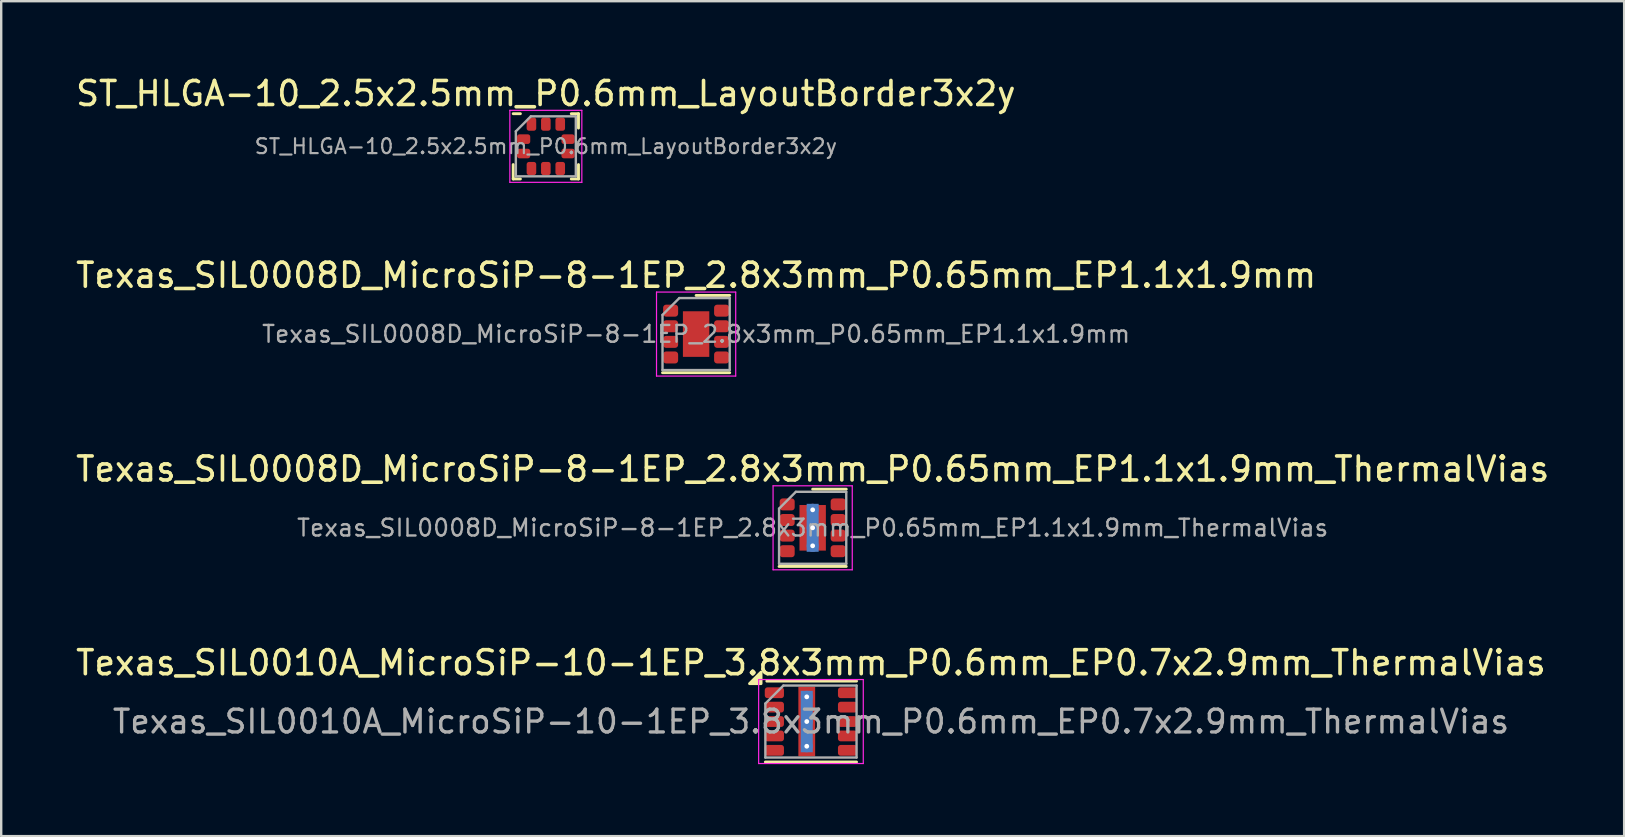
<source format=kicad_pcb>
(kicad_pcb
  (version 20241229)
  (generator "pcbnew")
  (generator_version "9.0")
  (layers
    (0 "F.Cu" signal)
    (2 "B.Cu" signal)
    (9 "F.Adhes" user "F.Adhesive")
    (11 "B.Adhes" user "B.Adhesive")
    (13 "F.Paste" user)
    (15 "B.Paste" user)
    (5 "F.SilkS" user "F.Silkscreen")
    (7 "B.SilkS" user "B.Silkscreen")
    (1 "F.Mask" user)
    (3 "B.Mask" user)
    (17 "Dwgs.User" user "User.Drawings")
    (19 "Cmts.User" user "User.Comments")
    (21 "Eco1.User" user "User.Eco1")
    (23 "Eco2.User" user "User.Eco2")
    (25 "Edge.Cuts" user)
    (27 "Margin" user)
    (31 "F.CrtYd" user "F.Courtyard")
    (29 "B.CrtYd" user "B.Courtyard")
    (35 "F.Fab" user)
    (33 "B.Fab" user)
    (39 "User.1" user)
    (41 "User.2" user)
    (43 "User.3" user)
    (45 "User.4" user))
  (footprint "Texas_SIL0010A_MicroSiP-10-1EP_3.8x3mm_P0.6mm_EP0.7x2.9mm_ThermalVias"
    (layer "F.Cu")
    (at 30.744 27.018)
    (property "Reference" "Texas_SIL0010A_MicroSiP-10-1EP_3.8x3mm_P0.6mm_EP0.7x2.9mm_ThermalVias" (at 0 -2.45 0) (layer "F.SilkS") (effects (font (size 1 1) (thickness 0.15))))
    (attr smd)
    (fp_line (start -1.9 1.685) (end 1.9 1.685) (stroke (width 0.12) (type solid)) (layer "F.SilkS"))
    (fp_line (start -1.84 -1.685) (end 1.9 -1.685) (stroke (width 0.12) (type solid)) (layer "F.SilkS"))
    (fp_poly (pts (xy -2.08 -1.58) (xy -2.56 -1.58) (xy -2.08 -2.06) (xy -2.08 -1.58)) (stroke (width 0.12) (type solid)) (fill yes) (layer "F.SilkS"))
    (fp_line (start -2.18 -1.75) (end -2.18 1.75) (stroke (width 0.05) (type solid)) (layer "F.CrtYd"))
    (fp_line (start -2.18 1.75) (end 2.18 1.75) (stroke (width 0.05) (type solid)) (layer "F.CrtYd"))
    (fp_line (start 2.18 -1.75) (end -2.18 -1.75) (stroke (width 0.05) (type solid)) (layer "F.CrtYd"))
    (fp_line (start 2.18 1.75) (end 2.18 -1.75) (stroke (width 0.05) (type solid)) (layer "F.CrtYd"))
    (fp_line (start -1.9 -0.75) (end -1.15 -1.5) (stroke (width 0.1) (type solid)) (layer "F.Fab"))
    (fp_line (start -1.9 1.5) (end -1.9 -0.75) (stroke (width 0.1) (type solid)) (layer "F.Fab"))
    (fp_line (start -1.15 -1.5) (end 1.9 -1.5) (stroke (width 0.1) (type solid)) (layer "F.Fab"))
    (fp_line (start 1.9 -1.5) (end 1.9 1.5) (stroke (width 0.1) (type solid)) (layer "F.Fab"))
    (fp_line (start 1.9 1.5) (end -1.9 1.5) (stroke (width 0.1) (type solid)) (layer "F.Fab"))
    (fp_text user "${REFERENCE}" (at 0 0 0) (layer "F.Fab") (effects (font (size 0.95 0.95) (thickness 0.14))))
    (pad "" smd roundrect (at -0.175 -0.97) (size 0.65 0.9) (layers "F.Paste") (roundrect_rratio 0.25))
    (pad "" smd roundrect (at -0.175 0) (size 0.65 0.9) (layers "F.Paste") (roundrect_rratio 0.25))
    (pad "" smd roundrect (at -0.175 0.97) (size 0.65 0.9) (layers "F.Paste") (roundrect_rratio 0.25))
    (pad "1" smd roundrect (at -1.525 -1.2) (size 0.8 0.45) (layers "F.Cu" "F.Mask" "F.Paste") (roundrect_rratio 0.25))
    (pad "2" smd roundrect (at -1.525 -0.6) (size 0.8 0.45) (layers "F.Cu" "F.Mask" "F.Paste") (roundrect_rratio 0.25))
    (pad "3" smd roundrect (at -1.525 0) (size 0.8 0.45) (layers "F.Cu" "F.Mask" "F.Paste") (roundrect_rratio 0.25))
    (pad "4" smd roundrect (at -1.525 0.6) (size 0.8 0.45) (layers "F.Cu" "F.Mask" "F.Paste") (roundrect_rratio 0.25))
    (pad "5" smd roundrect (at -1.525 1.2) (size 0.8 0.45) (layers "F.Cu" "F.Mask" "F.Paste") (roundrect_rratio 0.25))
    (pad "6" smd roundrect (at 1.525 1.2) (size 0.8 0.45) (layers "F.Cu" "F.Mask" "F.Paste") (roundrect_rratio 0.25))
    (pad "7" smd roundrect (at 1.525 0.6) (size 0.8 0.45) (layers "F.Cu" "F.Mask" "F.Paste") (roundrect_rratio 0.25))
    (pad "8" smd roundrect (at 1.525 0) (size 0.8 0.45) (layers "F.Cu" "F.Mask" "F.Paste") (roundrect_rratio 0.25))
    (pad "9" smd roundrect (at 1.525 -0.6) (size 0.8 0.45) (layers "F.Cu" "F.Mask" "F.Paste") (roundrect_rratio 0.25))
    (pad "10" smd roundrect (at 1.525 -1.2) (size 0.8 0.45) (layers "F.Cu" "F.Mask" "F.Paste") (roundrect_rratio 0.25))
    (pad "11" thru_hole circle (at -0.175 -1.03) (size 0.5 0.5) (drill 0.2) (property pad_prop_heatsink) (layers "*.Cu"))
    (pad "11" thru_hole circle (at -0.175 0) (size 0.5 0.5) (drill 0.2) (property pad_prop_heatsink) (layers "*.Cu"))
    (pad "11" smd rect (at -0.175 0) (size 0.5 2.56) (property pad_prop_heatsink) (layers "B.Cu"))
    (pad "11" smd rect (at -0.175 0) (size 0.7 2.9) (property pad_prop_heatsink) (layers "F.Cu" "F.Mask"))
    (pad "11" thru_hole circle (at -0.175 1.03) (size 0.5 0.5) (drill 0.2) (property pad_prop_heatsink) (layers "*.Cu")))
  (footprint "ST_HLGA-10_2.5x2.5mm_P0.6mm_LayoutBorder3x2y"
    (layer "F.Cu")
    (at 19.696 3.048)
    (property "Reference" "ST_HLGA-10_2.5x2.5mm_P0.6mm_LayoutBorder3x2y" (at 0 -2.2 0) (layer "F.SilkS") (effects (font (size 1 1) (thickness 0.15))))
    (attr smd)
    (fp_line (start -1.36 1.36) (end -1.36 0.76) (stroke (width 0.12) (type solid)) (layer "F.SilkS"))
    (fp_line (start -1.06 -1.36) (end -1.36 -1.36) (stroke (width 0.12) (type solid)) (layer "F.SilkS"))
    (fp_line (start -1.06 1.36) (end -1.36 1.36) (stroke (width 0.12) (type solid)) (layer "F.SilkS"))
    (fp_line (start 1.06 -1.36) (end 1.36 -1.36) (stroke (width 0.12) (type solid)) (layer "F.SilkS"))
    (fp_line (start 1.06 1.36) (end 1.36 1.36) (stroke (width 0.12) (type solid)) (layer "F.SilkS"))
    (fp_line (start 1.36 -1.36) (end 1.36 -0.76) (stroke (width 0.12) (type solid)) (layer "F.SilkS"))
    (fp_line (start 1.36 1.36) (end 1.36 0.76) (stroke (width 0.12) (type solid)) (layer "F.SilkS"))
    (fp_line (start -1.5 -1.5) (end -1.5 1.5) (stroke (width 0.05) (type solid)) (layer "F.CrtYd"))
    (fp_line (start -1.5 1.5) (end 1.5 1.5) (stroke (width 0.05) (type solid)) (layer "F.CrtYd"))
    (fp_line (start 1.5 -1.5) (end -1.5 -1.5) (stroke (width 0.05) (type solid)) (layer "F.CrtYd"))
    (fp_line (start 1.5 1.5) (end 1.5 -1.5) (stroke (width 0.05) (type solid)) (layer "F.CrtYd"))
    (fp_line (start -1.25 -0.625) (end -0.625 -1.25) (stroke (width 0.1) (type solid)) (layer "F.Fab"))
    (fp_line (start -1.25 1.25) (end -1.25 -0.625) (stroke (width 0.1) (type solid)) (layer "F.Fab"))
    (fp_line (start -0.625 -1.25) (end 1.25 -1.25) (stroke (width 0.1) (type solid)) (layer "F.Fab"))
    (fp_line (start 1.25 -1.25) (end 1.25 1.25) (stroke (width 0.1) (type solid)) (layer "F.Fab"))
    (fp_line (start 1.25 1.25) (end -1.25 1.25) (stroke (width 0.1) (type solid)) (layer "F.Fab"))
    (fp_text user "${REFERENCE}" (at 0 0 0) (layer "F.Fab") (effects (font (size 0.62 0.62) (thickness 0.09))))
    (pad "1" smd roundrect (at -0.925 -0.3) (size 0.55 0.4) (layers "F.Cu" "F.Mask" "F.Paste") (roundrect_rratio 0.25))
    (pad "2" smd roundrect (at -0.925 0.3) (size 0.55 0.4) (layers "F.Cu" "F.Mask" "F.Paste") (roundrect_rratio 0.25))
    (pad "3" smd roundrect (at -0.6 0.925) (size 0.4 0.55) (layers "F.Cu" "F.Mask" "F.Paste") (roundrect_rratio 0.25))
    (pad "4" smd roundrect (at 0 0.925) (size 0.4 0.55) (layers "F.Cu" "F.Mask" "F.Paste") (roundrect_rratio 0.25))
    (pad "5" smd roundrect (at 0.6 0.925) (size 0.4 0.55) (layers "F.Cu" "F.Mask" "F.Paste") (roundrect_rratio 0.25))
    (pad "6" smd roundrect (at 0.925 0.3) (size 0.55 0.4) (layers "F.Cu" "F.Mask" "F.Paste") (roundrect_rratio 0.25))
    (pad "7" smd roundrect (at 0.925 -0.3) (size 0.55 0.4) (layers "F.Cu" "F.Mask" "F.Paste") (roundrect_rratio 0.25))
    (pad "8" smd roundrect (at 0.6 -0.925) (size 0.4 0.55) (layers "F.Cu" "F.Mask" "F.Paste") (roundrect_rratio 0.25))
    (pad "9" smd roundrect (at 0 -0.925) (size 0.4 0.55) (layers "F.Cu" "F.Mask" "F.Paste") (roundrect_rratio 0.25))
    (pad "10" smd roundrect (at -0.6 -0.925) (size 0.4 0.55) (layers "F.Cu" "F.Mask" "F.Paste") (roundrect_rratio 0.25)))
  (footprint "Texas_SIL0008D_MicroSiP-8-1EP_2.8x3mm_P0.65mm_EP1.1x1.9mm"
    (layer "F.Cu")
    (at 25.958 10.871)
    (property "Reference" "Texas_SIL0008D_MicroSiP-8-1EP_2.8x3mm_P0.65mm_EP1.1x1.9mm" (at 0 -2.45 0) (layer "F.SilkS") (effects (font (size 1 1) (thickness 0.15))))
    (attr smd)
    (fp_line (start -1.4 1.61) (end 1.4 1.61) (stroke (width 0.12) (type solid)) (layer "F.SilkS"))
    (fp_line (start 0 -1.61) (end 1.4 -1.61) (stroke (width 0.12) (type solid)) (layer "F.SilkS"))
    (fp_line (start -1.65 -1.75) (end -1.65 1.75) (stroke (width 0.05) (type solid)) (layer "F.CrtYd"))
    (fp_line (start -1.65 1.75) (end 1.65 1.75) (stroke (width 0.05) (type solid)) (layer "F.CrtYd"))
    (fp_line (start 1.65 -1.75) (end -1.65 -1.75) (stroke (width 0.05) (type solid)) (layer "F.CrtYd"))
    (fp_line (start 1.65 1.75) (end 1.65 -1.75) (stroke (width 0.05) (type solid)) (layer "F.CrtYd"))
    (fp_line (start -1.4 -0.8) (end -0.7 -1.5) (stroke (width 0.1) (type solid)) (layer "F.Fab"))
    (fp_line (start -1.4 1.5) (end -1.4 -0.8) (stroke (width 0.1) (type solid)) (layer "F.Fab"))
    (fp_line (start -0.7 -1.5) (end 1.4 -1.5) (stroke (width 0.1) (type solid)) (layer "F.Fab"))
    (fp_line (start 1.4 -1.5) (end 1.4 1.5) (stroke (width 0.1) (type solid)) (layer "F.Fab"))
    (fp_line (start 1.4 1.5) (end -1.4 1.5) (stroke (width 0.1) (type solid)) (layer "F.Fab"))
    (fp_text user "${REFERENCE}" (at 0 0 0) (layer "F.Fab") (effects (font (size 0.7 0.7) (thickness 0.1))))
    (pad "" smd roundrect (at 0 -0.63) (size 0.89 0.51) (layers "F.Paste") (roundrect_rratio 0.25))
    (pad "" smd roundrect (at 0 0) (size 0.89 0.51) (layers "F.Paste") (roundrect_rratio 0.25))
    (pad "" smd roundrect (at 0 0.63) (size 0.89 0.51) (layers "F.Paste") (roundrect_rratio 0.25))
    (pad "1" smd roundrect (at -1.062 -0.975) (size 0.625 0.5) (layers "F.Cu" "F.Mask" "F.Paste") (roundrect_rratio 0.25))
    (pad "2" smd roundrect (at -1.062 -0.325) (size 0.625 0.5) (layers "F.Cu" "F.Mask" "F.Paste") (roundrect_rratio 0.25))
    (pad "3" smd roundrect (at -1.062 0.325) (size 0.625 0.5) (layers "F.Cu" "F.Mask" "F.Paste") (roundrect_rratio 0.25))
    (pad "4" smd roundrect (at -1.062 0.975) (size 0.625 0.5) (layers "F.Cu" "F.Mask" "F.Paste") (roundrect_rratio 0.25))
    (pad "5" smd roundrect (at 1.062 0.975) (size 0.625 0.5) (layers "F.Cu" "F.Mask" "F.Paste") (roundrect_rratio 0.25))
    (pad "6" smd roundrect (at 1.062 0.325) (size 0.625 0.5) (layers "F.Cu" "F.Mask" "F.Paste") (roundrect_rratio 0.25))
    (pad "7" smd roundrect (at 1.062 -0.325) (size 0.625 0.5) (layers "F.Cu" "F.Mask" "F.Paste") (roundrect_rratio 0.25))
    (pad "8" smd roundrect (at 1.062 -0.975) (size 0.625 0.5) (layers "F.Cu" "F.Mask" "F.Paste") (roundrect_rratio 0.25))
    (pad "9" smd rect (at 0 0) (size 1.1 1.9) (layers "F.Cu" "F.Mask")))
  (footprint "Texas_SIL0008D_MicroSiP-8-1EP_2.8x3mm_P0.65mm_EP1.1x1.9mm_ThermalVias"
    (layer "F.Cu")
    (at 30.815 18.945)
    (property "Reference" "Texas_SIL0008D_MicroSiP-8-1EP_2.8x3mm_P0.65mm_EP1.1x1.9mm_ThermalVias" (at 0 -2.45 0) (layer "F.SilkS") (effects (font (size 1 1) (thickness 0.15))))
    (attr smd)
    (fp_line (start -1.4 1.61) (end 1.4 1.61) (stroke (width 0.12) (type solid)) (layer "F.SilkS"))
    (fp_line (start 0 -1.61) (end 1.4 -1.61) (stroke (width 0.12) (type solid)) (layer "F.SilkS"))
    (fp_line (start -1.65 -1.75) (end -1.65 1.75) (stroke (width 0.05) (type solid)) (layer "F.CrtYd"))
    (fp_line (start -1.65 1.75) (end 1.65 1.75) (stroke (width 0.05) (type solid)) (layer "F.CrtYd"))
    (fp_line (start 1.65 -1.75) (end -1.65 -1.75) (stroke (width 0.05) (type solid)) (layer "F.CrtYd"))
    (fp_line (start 1.65 1.75) (end 1.65 -1.75) (stroke (width 0.05) (type solid)) (layer "F.CrtYd"))
    (fp_line (start -1.4 -0.8) (end -0.7 -1.5) (stroke (width 0.1) (type solid)) (layer "F.Fab"))
    (fp_line (start -1.4 1.5) (end -1.4 -0.8) (stroke (width 0.1) (type solid)) (layer "F.Fab"))
    (fp_line (start -0.7 -1.5) (end 1.4 -1.5) (stroke (width 0.1) (type solid)) (layer "F.Fab"))
    (fp_line (start 1.4 -1.5) (end 1.4 1.5) (stroke (width 0.1) (type solid)) (layer "F.Fab"))
    (fp_line (start 1.4 1.5) (end -1.4 1.5) (stroke (width 0.1) (type solid)) (layer "F.Fab"))
    (fp_text user "${REFERENCE}" (at 0 0 0) (layer "F.Fab") (effects (font (size 0.7 0.7) (thickness 0.1))))
    (pad "" smd roundrect (at 0 -0.63) (size 0.95 0.55) (layers "F.Paste") (roundrect_rratio 0.25))
    (pad "" smd roundrect (at 0 0) (size 0.95 0.55) (layers "F.Paste") (roundrect_rratio 0.25))
    (pad "" smd roundrect (at 0 0.63) (size 0.95 0.55) (layers "F.Paste") (roundrect_rratio 0.25))
    (pad "1" smd roundrect (at -1.062 -0.975) (size 0.625 0.5) (layers "F.Cu" "F.Mask" "F.Paste") (roundrect_rratio 0.25))
    (pad "2" smd roundrect (at -1.062 -0.325) (size 0.625 0.5) (layers "F.Cu" "F.Mask" "F.Paste") (roundrect_rratio 0.25))
    (pad "3" smd roundrect (at -1.062 0.325) (size 0.625 0.5) (layers "F.Cu" "F.Mask" "F.Paste") (roundrect_rratio 0.25))
    (pad "4" smd roundrect (at -1.062 0.975) (size 0.625 0.5) (layers "F.Cu" "F.Mask" "F.Paste") (roundrect_rratio 0.25))
    (pad "5" smd roundrect (at 1.062 0.975) (size 0.625 0.5) (layers "F.Cu" "F.Mask" "F.Paste") (roundrect_rratio 0.25))
    (pad "6" smd roundrect (at 1.062 0.325) (size 0.625 0.5) (layers "F.Cu" "F.Mask" "F.Paste") (roundrect_rratio 0.25))
    (pad "7" smd roundrect (at 1.062 -0.325) (size 0.625 0.5) (layers "F.Cu" "F.Mask" "F.Paste") (roundrect_rratio 0.25))
    (pad "8" smd roundrect (at 1.062 -0.975) (size 0.625 0.5) (layers "F.Cu" "F.Mask" "F.Paste") (roundrect_rratio 0.25))
    (pad "9" thru_hole circle (at 0 -0.75) (size 0.5 0.5) (drill 0.2) (layers "*.Cu"))
    (pad "9" thru_hole circle (at 0 0) (size 0.5 0.5) (drill 0.2) (layers "*.Cu"))
    (pad "9" smd rect (at 0 0) (size 0.5 2) (layers "B.Cu"))
    (pad "9" smd rect (at 0 0) (size 1.1 1.9) (layers "F.Cu" "F.Mask"))
    (pad "9" thru_hole circle (at 0 0.75) (size 0.5 0.5) (drill 0.2) (layers "*.Cu")))
  (gr_rect
    (start -3 -3)
    (end 64.631 31.793)
    (stroke (width 0.1) (type default))
    (fill no)
    (layer "Edge.Cuts")))
</source>
